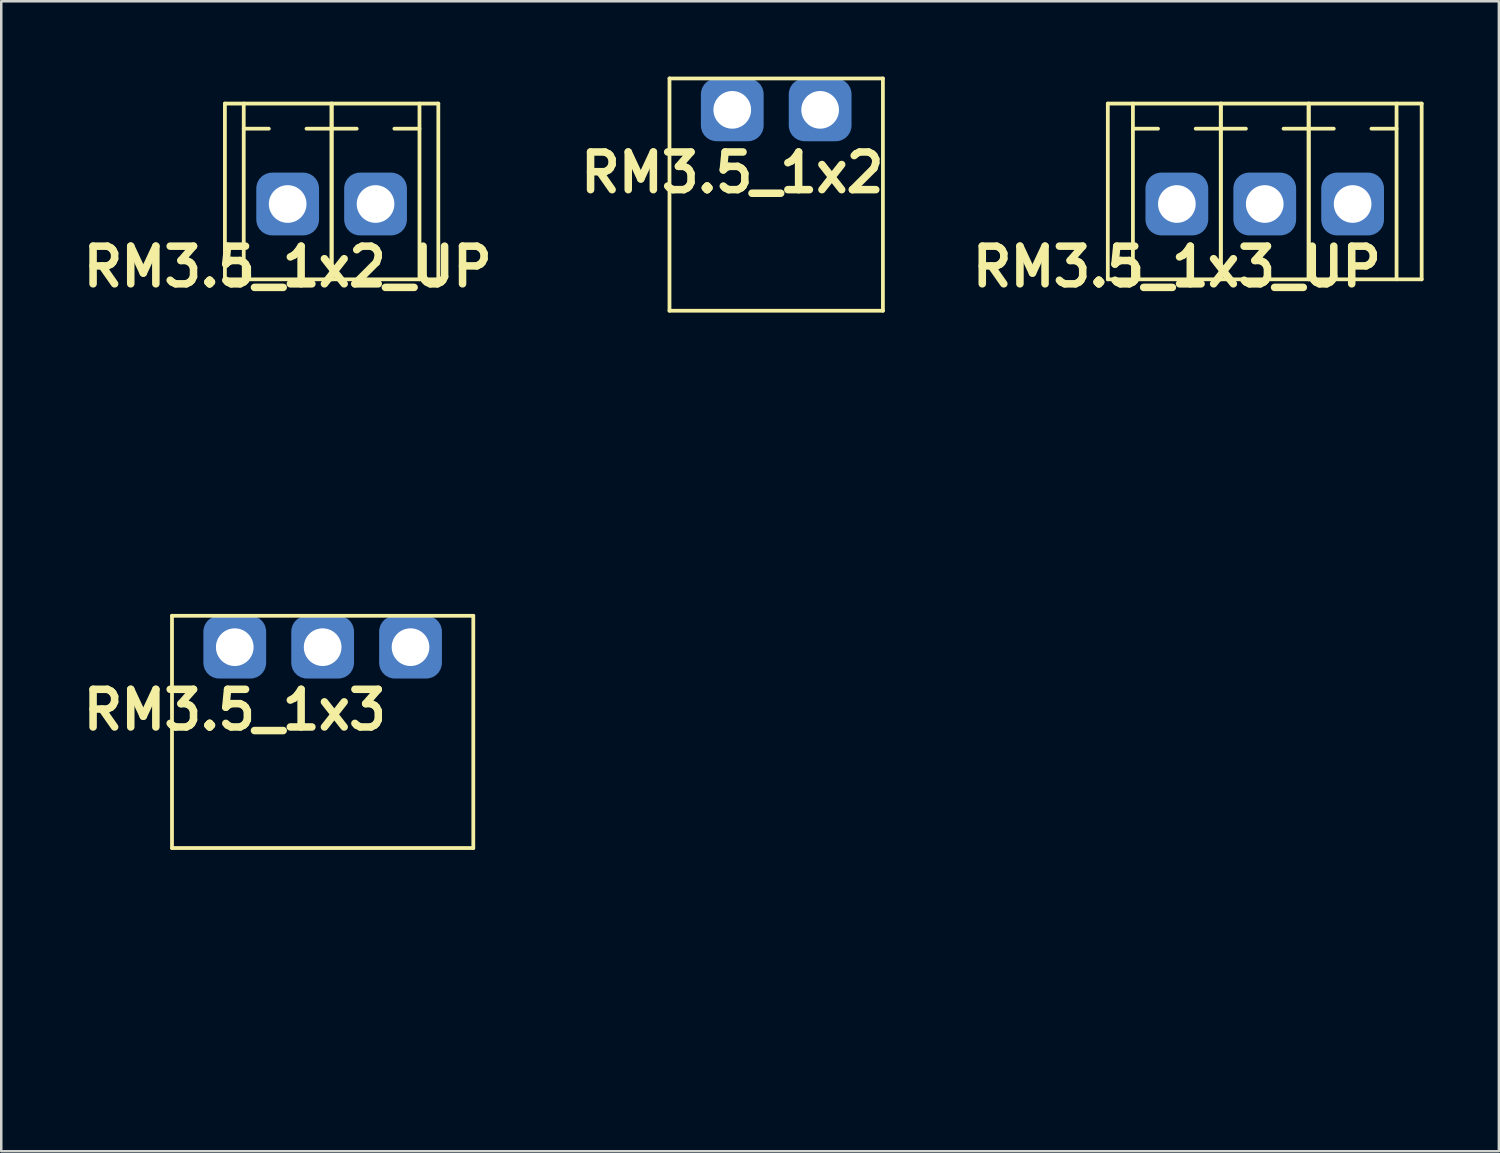
<source format=kicad_pcb>
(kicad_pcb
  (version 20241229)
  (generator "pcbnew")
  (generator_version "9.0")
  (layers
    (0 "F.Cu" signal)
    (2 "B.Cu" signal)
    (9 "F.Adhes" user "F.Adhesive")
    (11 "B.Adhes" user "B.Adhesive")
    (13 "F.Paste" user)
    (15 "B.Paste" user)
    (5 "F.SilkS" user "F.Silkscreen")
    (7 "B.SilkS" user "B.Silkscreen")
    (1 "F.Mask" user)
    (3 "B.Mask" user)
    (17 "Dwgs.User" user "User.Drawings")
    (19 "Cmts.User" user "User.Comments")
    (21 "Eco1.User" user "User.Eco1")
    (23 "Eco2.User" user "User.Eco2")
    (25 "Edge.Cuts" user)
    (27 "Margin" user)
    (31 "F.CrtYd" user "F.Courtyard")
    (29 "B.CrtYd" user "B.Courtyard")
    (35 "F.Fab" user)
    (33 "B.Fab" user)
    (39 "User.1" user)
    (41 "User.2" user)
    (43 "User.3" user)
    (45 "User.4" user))
  (footprint "RM3.5_1x2"
    (layer "F.Cu")
    (at 26.114 1.325)
    (property "Reference" "RM3.5_1x2" (at 0 2.5 0) (layer "F.SilkS") (effects (font (size 1.5 1.5) (thickness 0.3))))
    (attr through_hole)
    (fp_line (start -2.5 -1.25) (end -2.5 8) (stroke (width 0.15) (type solid)) (layer "F.SilkS"))
    (fp_line (start -2.5 8) (end 6 8) (stroke (width 0.15) (type solid)) (layer "F.SilkS"))
    (fp_line (start 6 -1.25) (end -2.5 -1.25) (stroke (width 0.15) (type solid)) (layer "F.SilkS"))
    (fp_line (start 6 8) (end 6 -1.25) (stroke (width 0.15) (type solid)) (layer "F.SilkS"))
    (fp_line (start -1.75 17) (end -1.75 8) (stroke (width 0.15) (type solid)) (layer "Margin"))
    (fp_line (start -1.75 17) (end 5.25 17) (stroke (width 0.15) (type solid)) (layer "Margin"))
    (fp_line (start -1.5 12) (end 1.5 12) (stroke (width 0.15) (type solid)) (layer "Margin"))
    (fp_line (start 2 12) (end 5 12) (stroke (width 0.15) (type solid)) (layer "Margin"))
    (fp_line (start 5.25 17) (end 5.25 8) (stroke (width 0.15) (type solid)) (layer "Margin"))
    (fp_circle (center 0 12) (end 0 10.5) (stroke (width 0.15) (type solid)) (fill no) (layer "Margin"))
    (fp_circle (center 3.5 12) (end 3.5 10.5) (stroke (width 0.15) (type solid)) (fill no) (layer "Margin"))
    (pad "1" thru_hole circle (at 0 0) (size 1.8 1.8) (drill 1.5) (layers "*.Cu" "*.Mask"))
    (pad "1" smd roundrect (at 0 0) (size 2.5 2.5) (layers "B.Cu" "B.Mask") (roundrect_rratio 0.25))
    (pad "2" thru_hole circle (at 3.5 0) (size 1.8 1.8) (drill 1.5) (layers "*.Cu" "*.Mask"))
    (pad "2" smd roundrect (at 3.5 0) (size 2.5 2.5) (layers "B.Cu" "B.Mask") (roundrect_rratio 0.25)))
  (footprint "RM3.5_1x3"
    (layer "F.Cu")
    (at 6.3 22.725)
    (property "Reference" "RM3.5_1x3" (at 0 2.5 0) (layer "F.SilkS") (effects (font (size 1.5 1.5) (thickness 0.3))))
    (attr through_hole)
    (fp_line (start -2.5 -1.25) (end -2.5 8) (stroke (width 0.15) (type solid)) (layer "F.SilkS"))
    (fp_line (start -2.5 8) (end 9.5 8) (stroke (width 0.15) (type solid)) (layer "F.SilkS"))
    (fp_line (start 9.5 -1.25) (end -2.5 -1.25) (stroke (width 0.15) (type solid)) (layer "F.SilkS"))
    (fp_line (start 9.5 8) (end 9.5 -1.25) (stroke (width 0.15) (type solid)) (layer "F.SilkS"))
    (fp_line (start -1.75 17) (end -1.75 8) (stroke (width 0.15) (type solid)) (layer "Margin"))
    (fp_line (start -1.75 17) (end 8.75 17) (stroke (width 0.15) (type solid)) (layer "Margin"))
    (fp_line (start -1.5 12) (end 1.5 12) (stroke (width 0.15) (type solid)) (layer "Margin"))
    (fp_line (start 2 12) (end 5 12) (stroke (width 0.15) (type solid)) (layer "Margin"))
    (fp_line (start 5.5 12) (end 8.5 12) (stroke (width 0.15) (type solid)) (layer "Margin"))
    (fp_line (start 8.75 17) (end 8.75 8) (stroke (width 0.15) (type solid)) (layer "Margin"))
    (fp_circle (center 0 12) (end 0 10.5) (stroke (width 0.15) (type solid)) (fill no) (layer "Margin"))
    (fp_circle (center 3.5 12) (end 3.5 10.5) (stroke (width 0.15) (type solid)) (fill no) (layer "Margin"))
    (fp_circle (center 7 12) (end 7 10.5) (stroke (width 0.15) (type solid)) (fill no) (layer "Margin"))
    (pad "1" thru_hole circle (at 0 0) (size 1.8 1.8) (drill 1.5) (layers "*.Cu" "*.Mask"))
    (pad "1" smd roundrect (at 0 0) (size 2.5 2.5) (layers "B.Cu" "B.Mask") (roundrect_rratio 0.25))
    (pad "2" thru_hole circle (at 3.5 0) (size 1.8 1.8) (drill 1.5) (layers "*.Cu" "*.Mask"))
    (pad "2" smd roundrect (at 3.5 0) (size 2.5 2.5) (layers "B.Cu" "B.Mask") (roundrect_rratio 0.25))
    (pad "3" thru_hole circle (at 7 0) (size 1.8 1.8) (drill 1.5) (layers "*.Cu" "*.Mask"))
    (pad "3" smd roundrect (at 7 0) (size 2.5 2.5) (layers "B.Cu" "B.Mask") (roundrect_rratio 0.25)))
  (footprint "RM3.5_1x3_UP"
    (layer "F.Cu")
    (at 43.821 5.075)
    (property "Reference" "RM3.5_1x3_UP" (at 0 2.5 0) (layer "F.SilkS") (effects (font (size 1.5 1.5) (thickness 0.3))))
    (attr through_hole)
    (fp_line (start -2.75 -4) (end -2.75 3) (stroke (width 0.15) (type solid)) (layer "F.SilkS"))
    (fp_line (start -2.75 -4) (end 9.75 -4) (stroke (width 0.15) (type solid)) (layer "F.SilkS"))
    (fp_line (start -2.75 3) (end 9.75 3) (stroke (width 0.15) (type solid)) (layer "F.SilkS"))
    (fp_line (start -1.75 -3) (end -0.75 -3) (stroke (width 0.15) (type solid)) (layer "F.SilkS"))
    (fp_line (start -1.75 3) (end -1.75 -4) (stroke (width 0.15) (type solid)) (layer "F.SilkS"))
    (fp_line (start 1.75 -3) (end 0.75 -3) (stroke (width 0.15) (type solid)) (layer "F.SilkS"))
    (fp_line (start 1.75 -3) (end 2.75 -3) (stroke (width 0.15) (type solid)) (layer "F.SilkS"))
    (fp_line (start 1.75 3) (end 1.75 -4) (stroke (width 0.15) (type solid)) (layer "F.SilkS"))
    (fp_line (start 1.75 3) (end 1.75 -4) (stroke (width 0.15) (type solid)) (layer "F.SilkS"))
    (fp_line (start 5.25 -3) (end 4.25 -3) (stroke (width 0.15) (type solid)) (layer "F.SilkS"))
    (fp_line (start 5.25 -3) (end 6.25 -3) (stroke (width 0.15) (type solid)) (layer "F.SilkS"))
    (fp_line (start 5.25 3) (end 5.25 -4) (stroke (width 0.15) (type solid)) (layer "F.SilkS"))
    (fp_line (start 5.25 3) (end 5.25 -4) (stroke (width 0.15) (type solid)) (layer "F.SilkS"))
    (fp_line (start 8.75 -3) (end 7.75 -3) (stroke (width 0.15) (type solid)) (layer "F.SilkS"))
    (fp_line (start 8.75 3) (end 8.75 -4) (stroke (width 0.15) (type solid)) (layer "F.SilkS"))
    (fp_line (start 9.75 -4) (end 9.75 3) (stroke (width 0.15) (type solid)) (layer "F.SilkS"))
    (fp_line (start -1.75 -5) (end 8.75 -5) (stroke (width 0.15) (type solid)) (layer "Margin"))
    (fp_line (start -1.75 6.5) (end -1.75 -5) (stroke (width 0.15) (type solid)) (layer "Margin"))
    (fp_line (start -1.75 6.5) (end 8.75 6.5) (stroke (width 0.15) (type solid)) (layer "Margin"))
    (fp_line (start -1 1.5) (end 1 1.5) (stroke (width 0.15) (type solid)) (layer "Margin"))
    (fp_line (start -1 4) (end -1 1.5) (stroke (width 0.15) (type solid)) (layer "Margin"))
    (fp_line (start -1 4) (end 1 4) (stroke (width 0.15) (type solid)) (layer "Margin"))
    (fp_line (start 1 4) (end 1 1.5) (stroke (width 0.15) (type solid)) (layer "Margin"))
    (fp_line (start 2.5 1.5) (end 4.5 1.5) (stroke (width 0.15) (type solid)) (layer "Margin"))
    (fp_line (start 2.5 4) (end 2.5 1.5) (stroke (width 0.15) (type solid)) (layer "Margin"))
    (fp_line (start 2.5 4) (end 4.5 4) (stroke (width 0.15) (type solid)) (layer "Margin"))
    (fp_line (start 4.5 4) (end 4.5 1.5) (stroke (width 0.15) (type solid)) (layer "Margin"))
    (fp_line (start 6 1.5) (end 8 1.5) (stroke (width 0.15) (type solid)) (layer "Margin"))
    (fp_line (start 6 4) (end 6 1.5) (stroke (width 0.15) (type solid)) (layer "Margin"))
    (fp_line (start 6 4) (end 8 4) (stroke (width 0.15) (type solid)) (layer "Margin"))
    (fp_line (start 8 4) (end 8 1.5) (stroke (width 0.15) (type solid)) (layer "Margin"))
    (fp_line (start 8.75 6.5) (end 8.75 -5) (stroke (width 0.15) (type solid)) (layer "Margin"))
    (pad "1" thru_hole circle (at 0 0) (size 1.8 1.8) (drill 1.5) (layers "*.Cu" "*.Mask"))
    (pad "1" smd roundrect (at 0 0) (size 2.5 2.5) (layers "B.Cu" "B.Mask") (roundrect_rratio 0.25))
    (pad "2" thru_hole circle (at 3.5 0) (size 1.8 1.8) (drill 1.5) (layers "*.Cu" "*.Mask"))
    (pad "2" smd roundrect (at 3.5 0) (size 2.5 2.5) (layers "B.Cu" "B.Mask") (roundrect_rratio 0.25))
    (pad "3" thru_hole circle (at 7 0) (size 1.8 1.8) (drill 1.5) (layers "*.Cu" "*.Mask"))
    (pad "3" smd roundrect (at 7 0) (size 2.5 2.5) (layers "B.Cu" "B.Mask") (roundrect_rratio 0.25)))
  (footprint "RM3.5_1x2_UP"
    (layer "F.Cu")
    (at 8.407 5.075)
    (property "Reference" "RM3.5_1x2_UP" (at 0 2.5 0) (layer "F.SilkS") (effects (font (size 1.5 1.5) (thickness 0.3))))
    (attr through_hole)
    (fp_line (start -2.5 -4) (end -2.5 3) (stroke (width 0.15) (type solid)) (layer "F.SilkS"))
    (fp_line (start -2.5 -4) (end 6 -4) (stroke (width 0.15) (type solid)) (layer "F.SilkS"))
    (fp_line (start -2.5 3) (end 6 3) (stroke (width 0.15) (type solid)) (layer "F.SilkS"))
    (fp_line (start -1.75 -3) (end -0.75 -3) (stroke (width 0.15) (type solid)) (layer "F.SilkS"))
    (fp_line (start -1.75 3) (end -1.75 -4) (stroke (width 0.15) (type solid)) (layer "F.SilkS"))
    (fp_line (start 1.75 -3) (end 0.75 -3) (stroke (width 0.15) (type solid)) (layer "F.SilkS"))
    (fp_line (start 1.75 -3) (end 2.75 -3) (stroke (width 0.15) (type solid)) (layer "F.SilkS"))
    (fp_line (start 1.75 3) (end 1.75 -4) (stroke (width 0.15) (type solid)) (layer "F.SilkS"))
    (fp_line (start 1.75 3) (end 1.75 -4) (stroke (width 0.15) (type solid)) (layer "F.SilkS"))
    (fp_line (start 5.25 -3) (end 4.25 -3) (stroke (width 0.15) (type solid)) (layer "F.SilkS"))
    (fp_line (start 5.25 3) (end 5.25 -4) (stroke (width 0.15) (type solid)) (layer "F.SilkS"))
    (fp_line (start 6 -4) (end 6 3) (stroke (width 0.15) (type solid)) (layer "F.SilkS"))
    (fp_line (start -1.75 -5) (end 5.25 -5) (stroke (width 0.15) (type solid)) (layer "Margin"))
    (fp_line (start -1.75 6.5) (end -1.75 -5) (stroke (width 0.15) (type solid)) (layer "Margin"))
    (fp_line (start -1.75 6.5) (end 5.25 6.5) (stroke (width 0.15) (type solid)) (layer "Margin"))
    (fp_line (start -1 1.5) (end 1 1.5) (stroke (width 0.15) (type solid)) (layer "Margin"))
    (fp_line (start -1 4) (end -1 1.5) (stroke (width 0.15) (type solid)) (layer "Margin"))
    (fp_line (start -1 4) (end 1 4) (stroke (width 0.15) (type solid)) (layer "Margin"))
    (fp_line (start 1 4) (end 1 1.5) (stroke (width 0.15) (type solid)) (layer "Margin"))
    (fp_line (start 2.5 1.5) (end 4.5 1.5) (stroke (width 0.15) (type solid)) (layer "Margin"))
    (fp_line (start 2.5 4) (end 2.5 1.5) (stroke (width 0.15) (type solid)) (layer "Margin"))
    (fp_line (start 2.5 4) (end 4.5 4) (stroke (width 0.15) (type solid)) (layer "Margin"))
    (fp_line (start 4.5 4) (end 4.5 1.5) (stroke (width 0.15) (type solid)) (layer "Margin"))
    (fp_line (start 5.25 6.5) (end 5.25 -5) (stroke (width 0.15) (type solid)) (layer "Margin"))
    (pad "1" thru_hole circle (at 0 0) (size 1.8 1.8) (drill 1.5) (layers "*.Cu" "*.Mask"))
    (pad "1" smd roundrect (at 0 0) (size 2.5 2.5) (layers "B.Cu" "B.Mask") (roundrect_rratio 0.25))
    (pad "2" thru_hole circle (at 3.5 0) (size 1.8 1.8) (drill 1.5) (layers "*.Cu" "*.Mask"))
    (pad "2" smd roundrect (at 3.5 0) (size 2.5 2.5) (layers "B.Cu" "B.Mask") (roundrect_rratio 0.25)))
  (gr_rect
    (start -3 -3)
    (end 56.646 42.8)
    (stroke (width 0.1) (type default))
    (fill no)
    (layer "Edge.Cuts")))
</source>
